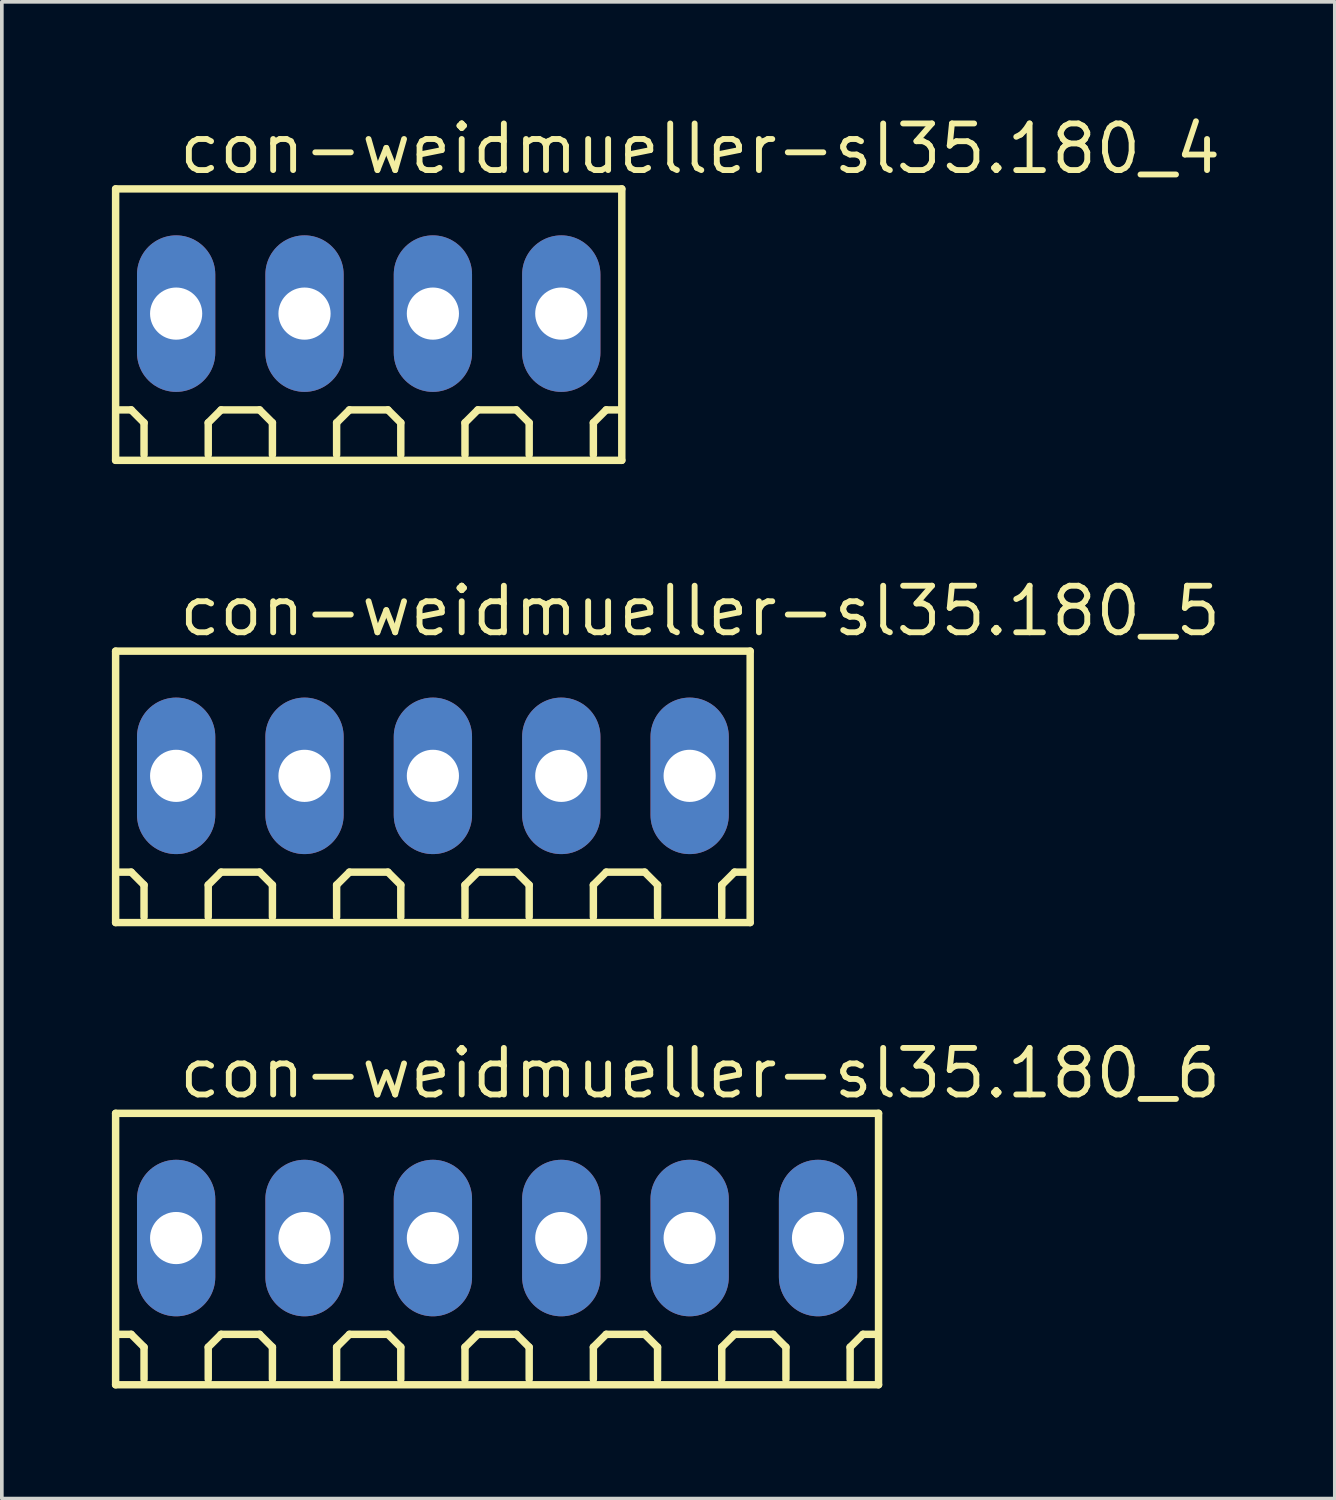
<source format=kicad_pcb>
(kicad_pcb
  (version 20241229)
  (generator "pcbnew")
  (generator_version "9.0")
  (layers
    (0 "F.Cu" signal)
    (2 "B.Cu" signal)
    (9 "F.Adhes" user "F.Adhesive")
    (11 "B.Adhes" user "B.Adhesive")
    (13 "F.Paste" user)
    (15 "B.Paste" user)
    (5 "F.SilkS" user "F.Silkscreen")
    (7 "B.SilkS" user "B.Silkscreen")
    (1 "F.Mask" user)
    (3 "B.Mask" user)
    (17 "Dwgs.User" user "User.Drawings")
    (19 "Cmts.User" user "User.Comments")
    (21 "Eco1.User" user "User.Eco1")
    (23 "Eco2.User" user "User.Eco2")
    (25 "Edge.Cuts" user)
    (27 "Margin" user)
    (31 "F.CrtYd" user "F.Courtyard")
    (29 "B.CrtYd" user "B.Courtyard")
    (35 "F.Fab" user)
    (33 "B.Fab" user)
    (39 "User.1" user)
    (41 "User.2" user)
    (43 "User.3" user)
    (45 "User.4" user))
  (footprint "con-weidmueller-sl35.180_4"
    (layer "F.Cu")
    (at 7.002 5.5)
    (property "Reference" "con-weidmueller-sl35.180_4" (at -5.25 -3.75 0) (layer "F.SilkS") (effects (font (size 1.27 1.27) (thickness 0.16)) (justify left bottom)))
    (attr through_hole)
    (fp_line (start -6.9 -3.4) (end 6.9 -3.4) (stroke (width 0.203) (type default)) (layer "F.SilkS"))
    (fp_line (start -6.9 4) (end -6.9 -3.4) (stroke (width 0.203) (type default)) (layer "F.SilkS"))
    (fp_line (start -6.475 2.625) (end -6.825 2.625) (stroke (width 0.203) (type default)) (layer "F.SilkS"))
    (fp_line (start -6.125 2.975) (end -6.475 2.625) (stroke (width 0.203) (type default)) (layer "F.SilkS"))
    (fp_line (start -6.125 3.85) (end -6.125 2.975) (stroke (width 0.203) (type default)) (layer "F.SilkS"))
    (fp_line (start -4.375 2.975) (end -4.025 2.625) (stroke (width 0.203) (type default)) (layer "F.SilkS"))
    (fp_line (start -4.375 3.85) (end -4.375 2.975) (stroke (width 0.203) (type default)) (layer "F.SilkS"))
    (fp_line (start -4.025 2.625) (end -2.975 2.625) (stroke (width 0.203) (type default)) (layer "F.SilkS"))
    (fp_line (start -2.975 2.625) (end -2.625 2.975) (stroke (width 0.203) (type default)) (layer "F.SilkS"))
    (fp_line (start -2.625 2.975) (end -2.625 3.85) (stroke (width 0.203) (type default)) (layer "F.SilkS"))
    (fp_line (start -0.875 2.975) (end -0.525 2.625) (stroke (width 0.203) (type default)) (layer "F.SilkS"))
    (fp_line (start -0.875 3.85) (end -0.875 2.975) (stroke (width 0.203) (type default)) (layer "F.SilkS"))
    (fp_line (start -0.525 2.625) (end 0.525 2.625) (stroke (width 0.203) (type default)) (layer "F.SilkS"))
    (fp_line (start 0.525 2.625) (end 0.875 2.975) (stroke (width 0.203) (type default)) (layer "F.SilkS"))
    (fp_line (start 0.875 2.975) (end 0.875 3.85) (stroke (width 0.203) (type default)) (layer "F.SilkS"))
    (fp_line (start 2.625 2.975) (end 2.975 2.625) (stroke (width 0.203) (type default)) (layer "F.SilkS"))
    (fp_line (start 2.625 3.85) (end 2.625 2.975) (stroke (width 0.203) (type default)) (layer "F.SilkS"))
    (fp_line (start 2.975 2.625) (end 4.025 2.625) (stroke (width 0.203) (type default)) (layer "F.SilkS"))
    (fp_line (start 4.025 2.625) (end 4.375 2.975) (stroke (width 0.203) (type default)) (layer "F.SilkS"))
    (fp_line (start 4.375 2.975) (end 4.375 3.85) (stroke (width 0.203) (type default)) (layer "F.SilkS"))
    (fp_line (start 6.125 2.975) (end 6.475 2.625) (stroke (width 0.203) (type default)) (layer "F.SilkS"))
    (fp_line (start 6.125 3.85) (end 6.125 2.975) (stroke (width 0.203) (type default)) (layer "F.SilkS"))
    (fp_line (start 6.475 2.625) (end 6.825 2.625) (stroke (width 0.203) (type default)) (layer "F.SilkS"))
    (fp_line (start 6.9 -3.4) (end 6.9 4) (stroke (width 0.203) (type default)) (layer "F.SilkS"))
    (fp_line (start 6.9 4) (end -6.9 4) (stroke (width 0.203) (type default)) (layer "F.SilkS"))
    (pad "1" thru_hole oval (at -5.25 0 90) (size 4.267 2.134) (drill 1.422) (layers "*.Cu" "*.Mask"))
    (pad "2" thru_hole oval (at -1.75 0 90) (size 4.267 2.134) (drill 1.422) (layers "*.Cu" "*.Mask"))
    (pad "3" thru_hole oval (at 1.75 0 90) (size 4.267 2.134) (drill 1.422) (layers "*.Cu" "*.Mask"))
    (pad "4" thru_hole oval (at 5.25 0 90) (size 4.267 2.134) (drill 1.422) (layers "*.Cu" "*.Mask")))
  (footprint "con-weidmueller-sl35.180_6"
    (layer "F.Cu")
    (at 10.502 30.703)
    (property "Reference" "con-weidmueller-sl35.180_6" (at -8.75 -3.75 0) (layer "F.SilkS") (effects (font (size 1.27 1.27) (thickness 0.16)) (justify left bottom)))
    (attr through_hole)
    (fp_line (start -10.4 -3.4) (end 10.4 -3.4) (stroke (width 0.203) (type default)) (layer "F.SilkS"))
    (fp_line (start -10.4 4) (end -10.4 -3.4) (stroke (width 0.203) (type default)) (layer "F.SilkS"))
    (fp_line (start -9.975 2.625) (end -10.325 2.625) (stroke (width 0.203) (type default)) (layer "F.SilkS"))
    (fp_line (start -9.625 2.975) (end -9.975 2.625) (stroke (width 0.203) (type default)) (layer "F.SilkS"))
    (fp_line (start -9.625 3.85) (end -9.625 2.975) (stroke (width 0.203) (type default)) (layer "F.SilkS"))
    (fp_line (start -7.875 2.975) (end -7.525 2.625) (stroke (width 0.203) (type default)) (layer "F.SilkS"))
    (fp_line (start -7.875 3.85) (end -7.875 2.975) (stroke (width 0.203) (type default)) (layer "F.SilkS"))
    (fp_line (start -7.525 2.625) (end -6.475 2.625) (stroke (width 0.203) (type default)) (layer "F.SilkS"))
    (fp_line (start -6.475 2.625) (end -6.125 2.975) (stroke (width 0.203) (type default)) (layer "F.SilkS"))
    (fp_line (start -6.125 2.975) (end -6.125 3.85) (stroke (width 0.203) (type default)) (layer "F.SilkS"))
    (fp_line (start -4.375 2.975) (end -4.025 2.625) (stroke (width 0.203) (type default)) (layer "F.SilkS"))
    (fp_line (start -4.375 3.85) (end -4.375 2.975) (stroke (width 0.203) (type default)) (layer "F.SilkS"))
    (fp_line (start -4.025 2.625) (end -2.975 2.625) (stroke (width 0.203) (type default)) (layer "F.SilkS"))
    (fp_line (start -2.975 2.625) (end -2.625 2.975) (stroke (width 0.203) (type default)) (layer "F.SilkS"))
    (fp_line (start -2.625 2.975) (end -2.625 3.85) (stroke (width 0.203) (type default)) (layer "F.SilkS"))
    (fp_line (start -0.875 2.975) (end -0.525 2.625) (stroke (width 0.203) (type default)) (layer "F.SilkS"))
    (fp_line (start -0.875 3.85) (end -0.875 2.975) (stroke (width 0.203) (type default)) (layer "F.SilkS"))
    (fp_line (start -0.525 2.625) (end 0.525 2.625) (stroke (width 0.203) (type default)) (layer "F.SilkS"))
    (fp_line (start 0.525 2.625) (end 0.875 2.975) (stroke (width 0.203) (type default)) (layer "F.SilkS"))
    (fp_line (start 0.875 2.975) (end 0.875 3.85) (stroke (width 0.203) (type default)) (layer "F.SilkS"))
    (fp_line (start 2.625 2.975) (end 2.975 2.625) (stroke (width 0.203) (type default)) (layer "F.SilkS"))
    (fp_line (start 2.625 3.85) (end 2.625 2.975) (stroke (width 0.203) (type default)) (layer "F.SilkS"))
    (fp_line (start 2.975 2.625) (end 4.025 2.625) (stroke (width 0.203) (type default)) (layer "F.SilkS"))
    (fp_line (start 4.025 2.625) (end 4.375 2.975) (stroke (width 0.203) (type default)) (layer "F.SilkS"))
    (fp_line (start 4.375 2.975) (end 4.375 3.85) (stroke (width 0.203) (type default)) (layer "F.SilkS"))
    (fp_line (start 6.125 2.975) (end 6.475 2.625) (stroke (width 0.203) (type default)) (layer "F.SilkS"))
    (fp_line (start 6.125 3.85) (end 6.125 2.975) (stroke (width 0.203) (type default)) (layer "F.SilkS"))
    (fp_line (start 6.475 2.625) (end 7.525 2.625) (stroke (width 0.203) (type default)) (layer "F.SilkS"))
    (fp_line (start 7.525 2.625) (end 7.875 2.975) (stroke (width 0.203) (type default)) (layer "F.SilkS"))
    (fp_line (start 7.875 2.975) (end 7.875 3.85) (stroke (width 0.203) (type default)) (layer "F.SilkS"))
    (fp_line (start 9.625 2.975) (end 9.975 2.625) (stroke (width 0.203) (type default)) (layer "F.SilkS"))
    (fp_line (start 9.625 3.85) (end 9.625 2.975) (stroke (width 0.203) (type default)) (layer "F.SilkS"))
    (fp_line (start 9.975 2.625) (end 10.325 2.625) (stroke (width 0.203) (type default)) (layer "F.SilkS"))
    (fp_line (start 10.4 -3.4) (end 10.4 4) (stroke (width 0.203) (type default)) (layer "F.SilkS"))
    (fp_line (start 10.4 4) (end -10.4 4) (stroke (width 0.203) (type default)) (layer "F.SilkS"))
    (pad "1" thru_hole oval (at -8.75 0 90) (size 4.267 2.134) (drill 1.422) (layers "*.Cu" "*.Mask"))
    (pad "2" thru_hole oval (at -5.25 0 90) (size 4.267 2.134) (drill 1.422) (layers "*.Cu" "*.Mask"))
    (pad "3" thru_hole oval (at -1.75 0 90) (size 4.267 2.134) (drill 1.422) (layers "*.Cu" "*.Mask"))
    (pad "4" thru_hole oval (at 1.75 0 90) (size 4.267 2.134) (drill 1.422) (layers "*.Cu" "*.Mask"))
    (pad "5" thru_hole oval (at 5.25 0 90) (size 4.267 2.134) (drill 1.422) (layers "*.Cu" "*.Mask"))
    (pad "6" thru_hole oval (at 8.75 0 90) (size 4.267 2.134) (drill 1.422) (layers "*.Cu" "*.Mask")))
  (footprint "con-weidmueller-sl35.180_5"
    (layer "F.Cu")
    (at 8.752 18.102)
    (property "Reference" "con-weidmueller-sl35.180_5" (at -7 -3.75 0) (layer "F.SilkS") (effects (font (size 1.27 1.27) (thickness 0.16)) (justify left bottom)))
    (attr through_hole)
    (fp_line (start -8.65 -3.4) (end 8.65 -3.4) (stroke (width 0.203) (type default)) (layer "F.SilkS"))
    (fp_line (start -8.65 4) (end -8.65 -3.4) (stroke (width 0.203) (type default)) (layer "F.SilkS"))
    (fp_line (start -8.225 2.625) (end -8.575 2.625) (stroke (width 0.203) (type default)) (layer "F.SilkS"))
    (fp_line (start -7.875 2.975) (end -8.225 2.625) (stroke (width 0.203) (type default)) (layer "F.SilkS"))
    (fp_line (start -7.875 3.85) (end -7.875 2.975) (stroke (width 0.203) (type default)) (layer "F.SilkS"))
    (fp_line (start -6.125 2.975) (end -5.775 2.625) (stroke (width 0.203) (type default)) (layer "F.SilkS"))
    (fp_line (start -6.125 3.85) (end -6.125 2.975) (stroke (width 0.203) (type default)) (layer "F.SilkS"))
    (fp_line (start -5.775 2.625) (end -4.725 2.625) (stroke (width 0.203) (type default)) (layer "F.SilkS"))
    (fp_line (start -4.725 2.625) (end -4.375 2.975) (stroke (width 0.203) (type default)) (layer "F.SilkS"))
    (fp_line (start -4.375 2.975) (end -4.375 3.85) (stroke (width 0.203) (type default)) (layer "F.SilkS"))
    (fp_line (start -2.625 2.975) (end -2.275 2.625) (stroke (width 0.203) (type default)) (layer "F.SilkS"))
    (fp_line (start -2.625 3.85) (end -2.625 2.975) (stroke (width 0.203) (type default)) (layer "F.SilkS"))
    (fp_line (start -2.275 2.625) (end -1.225 2.625) (stroke (width 0.203) (type default)) (layer "F.SilkS"))
    (fp_line (start -1.225 2.625) (end -0.875 2.975) (stroke (width 0.203) (type default)) (layer "F.SilkS"))
    (fp_line (start -0.875 2.975) (end -0.875 3.85) (stroke (width 0.203) (type default)) (layer "F.SilkS"))
    (fp_line (start 0.875 2.975) (end 1.225 2.625) (stroke (width 0.203) (type default)) (layer "F.SilkS"))
    (fp_line (start 0.875 3.85) (end 0.875 2.975) (stroke (width 0.203) (type default)) (layer "F.SilkS"))
    (fp_line (start 1.225 2.625) (end 2.275 2.625) (stroke (width 0.203) (type default)) (layer "F.SilkS"))
    (fp_line (start 2.275 2.625) (end 2.625 2.975) (stroke (width 0.203) (type default)) (layer "F.SilkS"))
    (fp_line (start 2.625 2.975) (end 2.625 3.85) (stroke (width 0.203) (type default)) (layer "F.SilkS"))
    (fp_line (start 4.375 2.975) (end 4.725 2.625) (stroke (width 0.203) (type default)) (layer "F.SilkS"))
    (fp_line (start 4.375 3.85) (end 4.375 2.975) (stroke (width 0.203) (type default)) (layer "F.SilkS"))
    (fp_line (start 4.725 2.625) (end 5.775 2.625) (stroke (width 0.203) (type default)) (layer "F.SilkS"))
    (fp_line (start 5.775 2.625) (end 6.125 2.975) (stroke (width 0.203) (type default)) (layer "F.SilkS"))
    (fp_line (start 6.125 2.975) (end 6.125 3.85) (stroke (width 0.203) (type default)) (layer "F.SilkS"))
    (fp_line (start 7.875 2.975) (end 8.225 2.625) (stroke (width 0.203) (type default)) (layer "F.SilkS"))
    (fp_line (start 7.875 3.85) (end 7.875 2.975) (stroke (width 0.203) (type default)) (layer "F.SilkS"))
    (fp_line (start 8.225 2.625) (end 8.575 2.625) (stroke (width 0.203) (type default)) (layer "F.SilkS"))
    (fp_line (start 8.65 -3.4) (end 8.65 4) (stroke (width 0.203) (type default)) (layer "F.SilkS"))
    (fp_line (start 8.65 4) (end -8.65 4) (stroke (width 0.203) (type default)) (layer "F.SilkS"))
    (pad "1" thru_hole oval (at -7 0 90) (size 4.267 2.134) (drill 1.422) (layers "*.Cu" "*.Mask"))
    (pad "2" thru_hole oval (at -3.5 0 90) (size 4.267 2.134) (drill 1.422) (layers "*.Cu" "*.Mask"))
    (pad "3" thru_hole oval (at 0 0 90) (size 4.267 2.134) (drill 1.422) (layers "*.Cu" "*.Mask"))
    (pad "4" thru_hole oval (at 3.5 0 90) (size 4.267 2.134) (drill 1.422) (layers "*.Cu" "*.Mask"))
    (pad "5" thru_hole oval (at 7 0 90) (size 4.267 2.134) (drill 1.422) (layers "*.Cu" "*.Mask")))
  (gr_rect
    (start -3 -3)
    (end 33.341 37.805)
    (stroke (width 0.1) (type default))
    (fill no)
    (layer "Edge.Cuts")))
</source>
